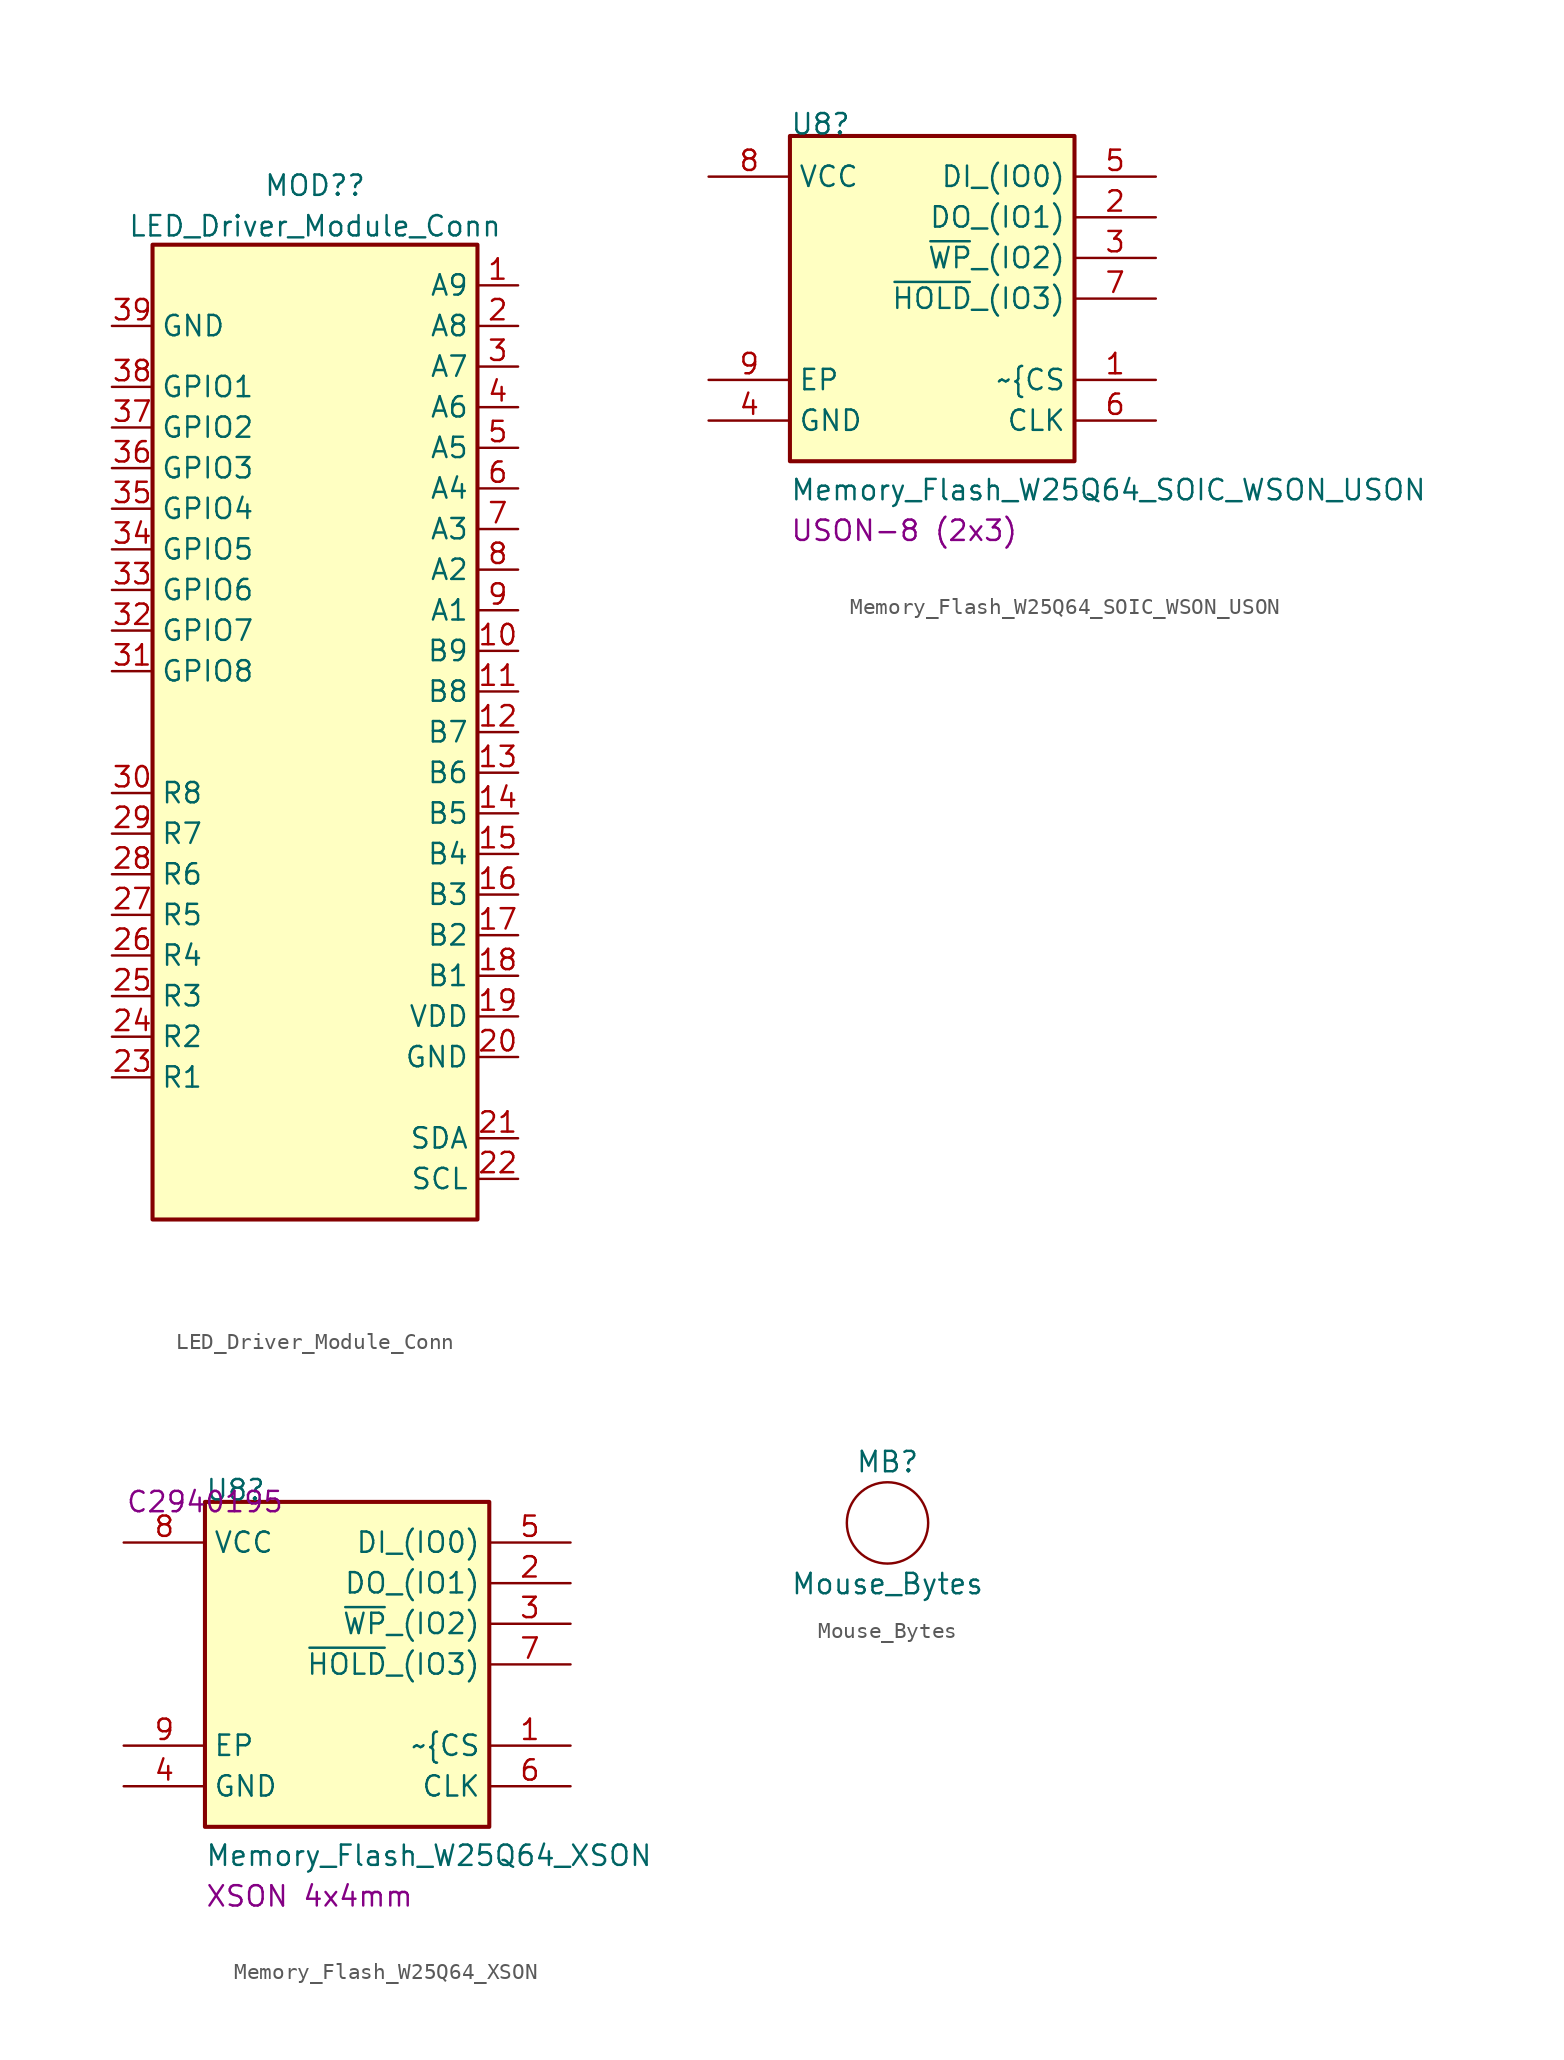
<source format=kicad_sym>
(kicad_symbol_lib
  (version 20220914)
  (generator kicad_symbol_editor)
  (symbol "LED_Driver_Module_Conn"
    (property "Reference" "MOD?"
      (at 0 31.64 0)
      (effects (font (size 1.27 1.27))))
    (property "Value" "LED_Driver_Module_Conn"
      (at 0 29.103 0)
      (effects (font (size 1.27 1.27))))
    (symbol "LED_Driver_Module_Conn_0_1"
      (rectangle (start -10.16 27.94) (end 10.16 -33.02) (stroke (width 0.254) (type default)) (fill (type background))))
    (symbol "LED_Driver_Module_Conn_1_1"
      (pin bidirectional line (at 12.7 25.4 180) (length 2.54) (name "A9" (effects (font (size 1.27 1.27)))) (number "1" (effects (font (size 1.27 1.27)))))
      (pin bidirectional line (at 12.7 2.54 180) (length 2.54) (name "B9" (effects (font (size 1.27 1.27)))) (number "10" (effects (font (size 1.27 1.27)))))
      (pin bidirectional line (at 12.7 0 180) (length 2.54) (name "B8" (effects (font (size 1.27 1.27)))) (number "11" (effects (font (size 1.27 1.27)))))
      (pin bidirectional line (at 12.7 -2.54 180) (length 2.54) (name "B7" (effects (font (size 1.27 1.27)))) (number "12" (effects (font (size 1.27 1.27)))))
      (pin bidirectional line (at 12.7 -5.08 180) (length 2.54) (name "B6" (effects (font (size 1.27 1.27)))) (number "13" (effects (font (size 1.27 1.27)))))
      (pin bidirectional line (at 12.7 -7.62 180) (length 2.54) (name "B5" (effects (font (size 1.27 1.27)))) (number "14" (effects (font (size 1.27 1.27)))))
      (pin bidirectional line (at 12.7 -10.16 180) (length 2.54) (name "B4" (effects (font (size 1.27 1.27)))) (number "15" (effects (font (size 1.27 1.27)))))
      (pin bidirectional line (at 12.7 -12.7 180) (length 2.54) (name "B3" (effects (font (size 1.27 1.27)))) (number "16" (effects (font (size 1.27 1.27)))))
      (pin bidirectional line (at 12.7 -15.24 180) (length 2.54) (name "B2" (effects (font (size 1.27 1.27)))) (number "17" (effects (font (size 1.27 1.27)))))
      (pin bidirectional line (at 12.7 -17.78 180) (length 2.54) (name "B1" (effects (font (size 1.27 1.27)))) (number "18" (effects (font (size 1.27 1.27)))))
      (pin power_in line (at 12.7 -20.32 180) (length 2.54) (name "VDD" (effects (font (size 1.27 1.27)))) (number "19" (effects (font (size 1.27 1.27)))))
      (pin bidirectional line (at 12.7 22.86 180) (length 2.54) (name "A8" (effects (font (size 1.27 1.27)))) (number "2" (effects (font (size 1.27 1.27)))))
      (pin power_out line (at 12.7 -22.86 180) (length 2.54) (name "GND" (effects (font (size 1.27 1.27)))) (number "20" (effects (font (size 1.27 1.27)))))
      (pin bidirectional line (at 12.7 -27.94 180) (length 2.54) (name "SDA" (effects (font (size 1.27 1.27)))) (number "21" (effects (font (size 1.27 1.27)))))
      (pin bidirectional line (at 12.7 -30.48 180) (length 2.54) (name "SCL" (effects (font (size 1.27 1.27)))) (number "22" (effects (font (size 1.27 1.27)))))
      (pin bidirectional line (at -12.7 -24.13 0) (length 2.54) (name "R1" (effects (font (size 1.27 1.27)))) (number "23" (effects (font (size 1.27 1.27)))))
      (pin bidirectional line (at -12.7 -21.59 0) (length 2.54) (name "R2" (effects (font (size 1.27 1.27)))) (number "24" (effects (font (size 1.27 1.27)))))
      (pin bidirectional line (at -12.7 -19.05 0) (length 2.54) (name "R3" (effects (font (size 1.27 1.27)))) (number "25" (effects (font (size 1.27 1.27)))))
      (pin bidirectional line (at -12.7 -16.51 0) (length 2.54) (name "R4" (effects (font (size 1.27 1.27)))) (number "26" (effects (font (size 1.27 1.27)))))
      (pin bidirectional line (at -12.7 -13.97 0) (length 2.54) (name "R5" (effects (font (size 1.27 1.27)))) (number "27" (effects (font (size 1.27 1.27)))))
      (pin bidirectional line (at -12.7 -11.43 0) (length 2.54) (name "R6" (effects (font (size 1.27 1.27)))) (number "28" (effects (font (size 1.27 1.27)))))
      (pin bidirectional line (at -12.7 -8.89 0) (length 2.54) (name "R7" (effects (font (size 1.27 1.27)))) (number "29" (effects (font (size 1.27 1.27)))))
      (pin bidirectional line (at 12.7 20.32 180) (length 2.54) (name "A7" (effects (font (size 1.27 1.27)))) (number "3" (effects (font (size 1.27 1.27)))))
      (pin bidirectional line (at -12.7 -6.35 0) (length 2.54) (name "R8" (effects (font (size 1.27 1.27)))) (number "30" (effects (font (size 1.27 1.27)))))
      (pin bidirectional line (at -12.7 1.27 0) (length 2.54) (name "GPIO8" (effects (font (size 1.27 1.27)))) (number "31" (effects (font (size 1.27 1.27)))))
      (pin bidirectional line (at -12.7 3.81 0) (length 2.54) (name "GPIO7" (effects (font (size 1.27 1.27)))) (number "32" (effects (font (size 1.27 1.27)))))
      (pin bidirectional line (at -12.7 6.35 0) (length 2.54) (name "GPIO6" (effects (font (size 1.27 1.27)))) (number "33" (effects (font (size 1.27 1.27)))))
      (pin bidirectional line (at -12.7 8.89 0) (length 2.54) (name "GPIO5" (effects (font (size 1.27 1.27)))) (number "34" (effects (font (size 1.27 1.27)))))
      (pin bidirectional line (at -12.7 11.43 0) (length 2.54) (name "GPIO4" (effects (font (size 1.27 1.27)))) (number "35" (effects (font (size 1.27 1.27)))))
      (pin bidirectional line (at -12.7 13.97 0) (length 2.54) (name "GPIO3" (effects (font (size 1.27 1.27)))) (number "36" (effects (font (size 1.27 1.27)))))
      (pin bidirectional line (at -12.7 16.51 0) (length 2.54) (name "GPIO2" (effects (font (size 1.27 1.27)))) (number "37" (effects (font (size 1.27 1.27)))))
      (pin bidirectional line (at -12.7 19.05 0) (length 2.54) (name "GPIO1" (effects (font (size 1.27 1.27)))) (number "38" (effects (font (size 1.27 1.27)))))
      (pin input line (at -12.7 22.86 0) (length 2.54) (name "GND" (effects (font (size 1.27 1.27)))) (number "39" (effects (font (size 1.27 1.27)))))
      (pin bidirectional line (at 12.7 17.78 180) (length 2.54) (name "A6" (effects (font (size 1.27 1.27)))) (number "4" (effects (font (size 1.27 1.27)))))
      (pin bidirectional line (at 12.7 15.24 180) (length 2.54) (name "A5" (effects (font (size 1.27 1.27)))) (number "5" (effects (font (size 1.27 1.27)))))
      (pin bidirectional line (at 12.7 12.7 180) (length 2.54) (name "A4" (effects (font (size 1.27 1.27)))) (number "6" (effects (font (size 1.27 1.27)))))
      (pin bidirectional line (at 12.7 10.16 180) (length 2.54) (name "A3" (effects (font (size 1.27 1.27)))) (number "7" (effects (font (size 1.27 1.27)))))
      (pin bidirectional line (at 12.7 7.62 180) (length 2.54) (name "A2" (effects (font (size 1.27 1.27)))) (number "8" (effects (font (size 1.27 1.27)))))
      (pin bidirectional line (at 12.7 5.08 180) (length 2.54) (name "A1" (effects (font (size 1.27 1.27)))) (number "9" (effects (font (size 1.27 1.27)))))))
  (symbol "Memory_Flash_W25Q64_SOIC_WSON_USON"
    (property "Reference" "U8"
      (at 0 0 0)
      (effects (font (size 1.27 1.27)) (justify left bottom)))
    (property "Value" "Memory_Flash_W25Q64_SOIC_WSON_USON"
      (at 0 -22.86 0)
      (effects (font (size 1.27 1.27)) (justify left bottom)))
    (property "PACKAGE" "USON-8 (2x3)"
      (at 0 -25.4 0)
      (effects (font (size 1.27 1.27)) (justify left bottom)))
    (symbol "Memory_Flash_W25Q64_SOIC_WSON_USON_1_0"
      (rectangle (start 17.78 0) (end 0 -20.32) (stroke (width 0.254) (type default)) (fill (type background)))
      (pin input line (at 22.86 -15.24 180) (length 5.08) (name "~{CS" (effects (font (size 1.27 1.27)))) (number "1" (effects (font (size 1.27 1.27)))))
      (pin bidirectional line (at 22.86 -5.08 180) (length 5.08) (name "DO_(IO1)" (effects (font (size 1.27 1.27)))) (number "2" (effects (font (size 1.27 1.27)))))
      (pin bidirectional line (at 22.86 -7.62 180) (length 5.08) (name "~{WP}_(IO2)" (effects (font (size 1.27 1.27)))) (number "3" (effects (font (size 1.27 1.27)))))
      (pin power_in line (at -5.08 -17.78 0) (length 5.08) (name "GND" (effects (font (size 1.27 1.27)))) (number "4" (effects (font (size 1.27 1.27)))))
      (pin bidirectional line (at 22.86 -2.54 180) (length 5.08) (name "DI_(IO0)" (effects (font (size 1.27 1.27)))) (number "5" (effects (font (size 1.27 1.27)))))
      (pin input line (at 22.86 -17.78 180) (length 5.08) (name "CLK" (effects (font (size 1.27 1.27)))) (number "6" (effects (font (size 1.27 1.27)))))
      (pin bidirectional line (at 22.86 -10.16 180) (length 5.08) (name "~{HOLD}_(IO3)" (effects (font (size 1.27 1.27)))) (number "7" (effects (font (size 1.27 1.27)))))
      (pin power_in line (at -5.08 -2.54 0) (length 5.08) (name "VCC" (effects (font (size 1.27 1.27)))) (number "8" (effects (font (size 1.27 1.27)))))
      (pin power_in line (at -5.08 -15.24 0) (length 5.08) (name "EP" (effects (font (size 1.27 1.27)))) (number "9" (effects (font (size 1.27 1.27)))))))
  (symbol "Memory_Flash_W25Q64_XSON"
    (property "Reference" "U8"
      (at 0 0 0)
      (effects (font (size 1.27 1.27)) (justify left bottom)))
    (property "Value" "Memory_Flash_W25Q64_XSON"
      (at 0 -22.86 0)
      (effects (font (size 1.27 1.27)) (justify left bottom)))
    (property "PACKAGE" "XSON 4x4mm"
      (at 0 -25.4 0)
      (effects (font (size 1.27 1.27)) (justify left bottom)))
    (property "LCSC" "C2940195"
      (at 0 0 0)
      (effects (font (size 1.27 1.27))))
    (symbol "Memory_Flash_W25Q64_XSON_1_0"
      (rectangle (start 17.78 0) (end 0 -20.32) (stroke (width 0.254) (type default)) (fill (type background)))
      (pin input line (at 22.86 -15.24 180) (length 5.08) (name "~{CS" (effects (font (size 1.27 1.27)))) (number "1" (effects (font (size 1.27 1.27)))))
      (pin bidirectional line (at 22.86 -5.08 180) (length 5.08) (name "DO_(IO1)" (effects (font (size 1.27 1.27)))) (number "2" (effects (font (size 1.27 1.27)))))
      (pin bidirectional line (at 22.86 -7.62 180) (length 5.08) (name "~{WP}_(IO2)" (effects (font (size 1.27 1.27)))) (number "3" (effects (font (size 1.27 1.27)))))
      (pin power_in line (at -5.08 -17.78 0) (length 5.08) (name "GND" (effects (font (size 1.27 1.27)))) (number "4" (effects (font (size 1.27 1.27)))))
      (pin bidirectional line (at 22.86 -2.54 180) (length 5.08) (name "DI_(IO0)" (effects (font (size 1.27 1.27)))) (number "5" (effects (font (size 1.27 1.27)))))
      (pin input line (at 22.86 -17.78 180) (length 5.08) (name "CLK" (effects (font (size 1.27 1.27)))) (number "6" (effects (font (size 1.27 1.27)))))
      (pin bidirectional line (at 22.86 -10.16 180) (length 5.08) (name "~{HOLD}_(IO3)" (effects (font (size 1.27 1.27)))) (number "7" (effects (font (size 1.27 1.27)))))
      (pin power_in line (at -5.08 -2.54 0) (length 5.08) (name "VCC" (effects (font (size 1.27 1.27)))) (number "8" (effects (font (size 1.27 1.27)))))
      (pin power_in line (at -5.08 -15.24 0) (length 5.08) (name "EP" (effects (font (size 1.27 1.27)))) (number "9" (effects (font (size 1.27 1.27)))))))
  (symbol "Mouse_Bytes"
    (property "Reference" "MB"
      (at 0 3.81 0)
      (effects (font (size 1.27 1.27))))
    (property "Value" "Mouse_Bytes"
      (at 0 -3.81 0)
      (effects (font (size 1.27 1.27))))
    (symbol "Mouse_Bytes_0_1"
      (circle (center 0 0) (radius 2.54) (stroke (width 0.152) (type default)) (fill (type none))))))
</source>
